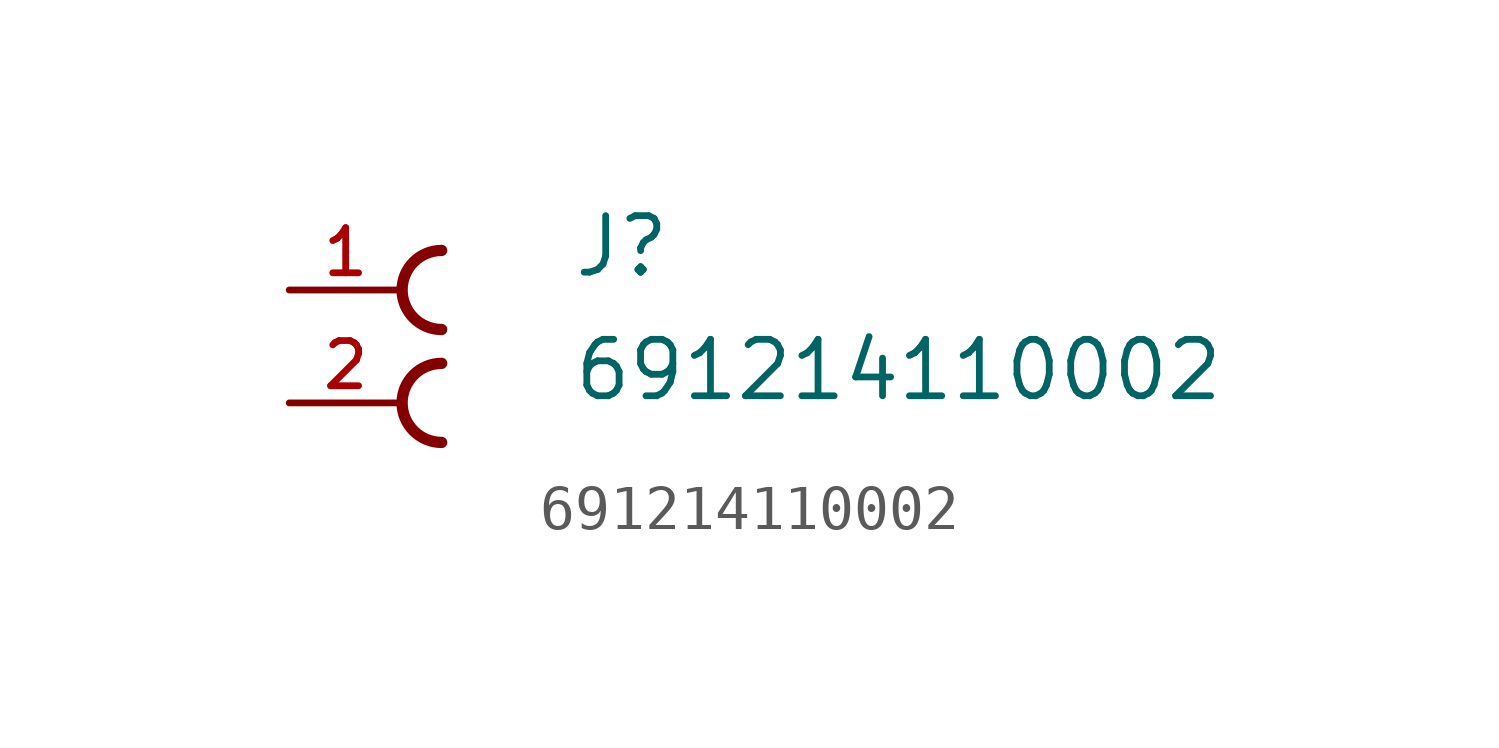
<source format=kicad_sym>
(kicad_symbol_lib
  (version 20211014)
  (generator kicad_symbol_editor)
  (symbol "691214110002"
    (pin_names
      (offset 1.016))
    (property "Reference" "J"
      (at 1.273 0.238 0)
      (effects (font (size 1.27 1.27)) (justify bottom left)))
    (property "Value" "691214110002"
      (at 1.272 -2.543 0)
      (effects (font (size 1.27 1.27)) (justify bottom left)))
    (symbol "691214110002_0_0"
      (arc (start -1.651 -0.889) (mid -2.54 0.0) (end -1.651 0.889) (stroke (width 0.254) (type default) (color 0 0 0 0)) (fill (type none)))
      (arc (start -1.651 -3.429) (mid -2.54 -2.54) (end -1.651 -1.651) (stroke (width 0.254) (type default) (color 0 0 0 0)) (fill (type none)))
      (pin passive line (at -5.08 0.0 0) (length 2.54) (name "~" (effects (font (size 1.016 1.016)))) (number "1" (effects (font (size 1.016 1.016)))))
      (pin passive line (at -5.08 -2.54 0) (length 2.54) (name "~" (effects (font (size 1.016 1.016)))) (number "2" (effects (font (size 1.016 1.016))))))))
</source>
